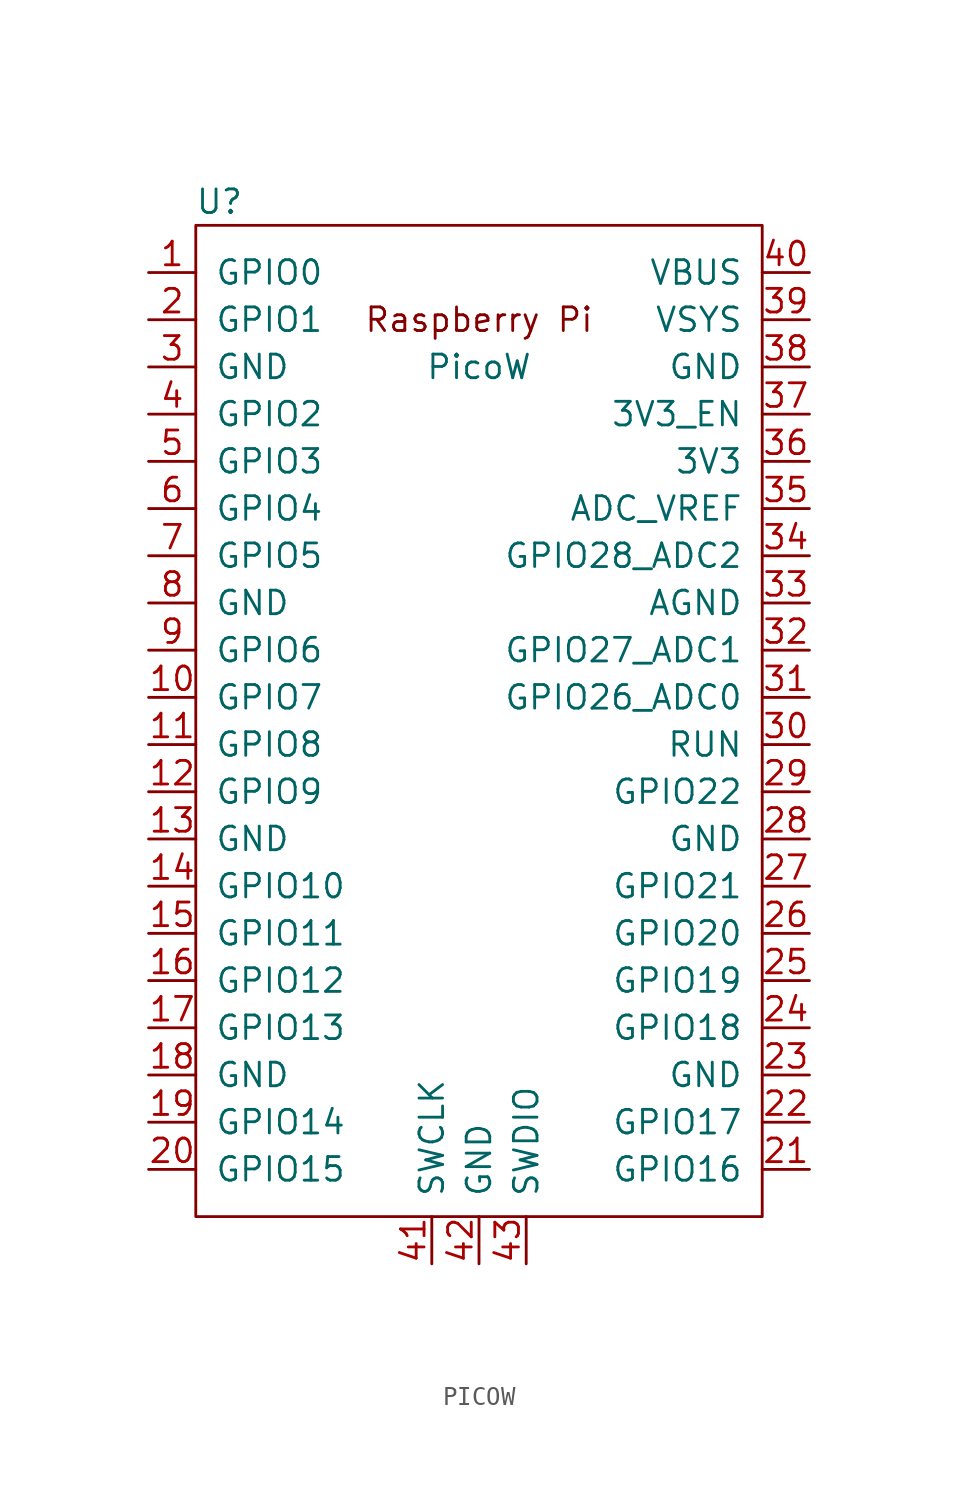
<source format=kicad_sym>
(kicad_symbol_lib
  (version 20241209)
  (generator "kicad_symbol_editor")
  (generator_version "9.0")
  (symbol "PICOW"
    (pin_names
      (offset 1.016))
    (property "Reference" "U"
      (at -13.97 27.94 0)
      (effects (font (size 1.27 1.27))))
    (property "Value" "PicoW"
      (at 0 19.05 0)
      (effects (font (size 1.27 1.27))))
    (symbol "PICOW_0_0"
      (text "Raspberry Pi" (at 0 21.59 0) (effects (font (size 1.27 1.27)))))
    (symbol "PICOW_1_1"
      (rectangle (start -15.24 26.67) (end 15.24 -26.67) (stroke (width 0) (type default)) (fill (type none)))
      (pin bidirectional line (at -17.78 24.13 0) (length 2.54) (name "GPIO0" (effects (font (size 1.27 1.27)))) (number "1" (effects (font (size 1.27 1.27)))))
      (pin bidirectional line (at -17.78 21.59 0) (length 2.54) (name "GPIO1" (effects (font (size 1.27 1.27)))) (number "2" (effects (font (size 1.27 1.27)))))
      (pin power_in line (at -17.78 19.05 0) (length 2.54) (name "GND" (effects (font (size 1.27 1.27)))) (number "3" (effects (font (size 1.27 1.27)))))
      (pin bidirectional line (at -17.78 16.51 0) (length 2.54) (name "GPIO2" (effects (font (size 1.27 1.27)))) (number "4" (effects (font (size 1.27 1.27)))))
      (pin bidirectional line (at -17.78 13.97 0) (length 2.54) (name "GPIO3" (effects (font (size 1.27 1.27)))) (number "5" (effects (font (size 1.27 1.27)))))
      (pin bidirectional line (at -17.78 11.43 0) (length 2.54) (name "GPIO4" (effects (font (size 1.27 1.27)))) (number "6" (effects (font (size 1.27 1.27)))))
      (pin bidirectional line (at -17.78 8.89 0) (length 2.54) (name "GPIO5" (effects (font (size 1.27 1.27)))) (number "7" (effects (font (size 1.27 1.27)))))
      (pin power_in line (at -17.78 6.35 0) (length 2.54) (name "GND" (effects (font (size 1.27 1.27)))) (number "8" (effects (font (size 1.27 1.27)))))
      (pin bidirectional line (at -17.78 3.81 0) (length 2.54) (name "GPIO6" (effects (font (size 1.27 1.27)))) (number "9" (effects (font (size 1.27 1.27)))))
      (pin bidirectional line (at -17.78 1.27 0) (length 2.54) (name "GPIO7" (effects (font (size 1.27 1.27)))) (number "10" (effects (font (size 1.27 1.27)))))
      (pin bidirectional line (at -17.78 -1.27 0) (length 2.54) (name "GPIO8" (effects (font (size 1.27 1.27)))) (number "11" (effects (font (size 1.27 1.27)))))
      (pin bidirectional line (at -17.78 -3.81 0) (length 2.54) (name "GPIO9" (effects (font (size 1.27 1.27)))) (number "12" (effects (font (size 1.27 1.27)))))
      (pin power_in line (at -17.78 -6.35 0) (length 2.54) (name "GND" (effects (font (size 1.27 1.27)))) (number "13" (effects (font (size 1.27 1.27)))))
      (pin bidirectional line (at -17.78 -8.89 0) (length 2.54) (name "GPIO10" (effects (font (size 1.27 1.27)))) (number "14" (effects (font (size 1.27 1.27)))))
      (pin bidirectional line (at -17.78 -11.43 0) (length 2.54) (name "GPIO11" (effects (font (size 1.27 1.27)))) (number "15" (effects (font (size 1.27 1.27)))))
      (pin bidirectional line (at -17.78 -13.97 0) (length 2.54) (name "GPIO12" (effects (font (size 1.27 1.27)))) (number "16" (effects (font (size 1.27 1.27)))))
      (pin bidirectional line (at -17.78 -16.51 0) (length 2.54) (name "GPIO13" (effects (font (size 1.27 1.27)))) (number "17" (effects (font (size 1.27 1.27)))))
      (pin power_in line (at -17.78 -19.05 0) (length 2.54) (name "GND" (effects (font (size 1.27 1.27)))) (number "18" (effects (font (size 1.27 1.27)))))
      (pin bidirectional line (at -17.78 -21.59 0) (length 2.54) (name "GPIO14" (effects (font (size 1.27 1.27)))) (number "19" (effects (font (size 1.27 1.27)))))
      (pin bidirectional line (at -17.78 -24.13 0) (length 2.54) (name "GPIO15" (effects (font (size 1.27 1.27)))) (number "20" (effects (font (size 1.27 1.27)))))
      (pin input line (at -2.54 -29.21 90) (length 2.54) (name "SWCLK" (effects (font (size 1.27 1.27)))) (number "41" (effects (font (size 1.27 1.27)))))
      (pin power_in line (at 0 -29.21 90) (length 2.54) (name "GND" (effects (font (size 1.27 1.27)))) (number "42" (effects (font (size 1.27 1.27)))))
      (pin bidirectional line (at 2.54 -29.21 90) (length 2.54) (name "SWDIO" (effects (font (size 1.27 1.27)))) (number "43" (effects (font (size 1.27 1.27)))))
      (pin unspecified line (at 17.78 24.13 180) (length 2.54) (name "VBUS" (effects (font (size 1.27 1.27)))) (number "40" (effects (font (size 1.27 1.27)))))
      (pin unspecified line (at 17.78 21.59 180) (length 2.54) (name "VSYS" (effects (font (size 1.27 1.27)))) (number "39" (effects (font (size 1.27 1.27)))))
      (pin bidirectional line (at 17.78 19.05 180) (length 2.54) (name "GND" (effects (font (size 1.27 1.27)))) (number "38" (effects (font (size 1.27 1.27)))))
      (pin input line (at 17.78 16.51 180) (length 2.54) (name "3V3_EN" (effects (font (size 1.27 1.27)))) (number "37" (effects (font (size 1.27 1.27)))))
      (pin unspecified line (at 17.78 13.97 180) (length 2.54) (name "3V3" (effects (font (size 1.27 1.27)))) (number "36" (effects (font (size 1.27 1.27)))))
      (pin unspecified line (at 17.78 11.43 180) (length 2.54) (name "ADC_VREF" (effects (font (size 1.27 1.27)))) (number "35" (effects (font (size 1.27 1.27)))))
      (pin bidirectional line (at 17.78 8.89 180) (length 2.54) (name "GPIO28_ADC2" (effects (font (size 1.27 1.27)))) (number "34" (effects (font (size 1.27 1.27)))))
      (pin power_in line (at 17.78 6.35 180) (length 2.54) (name "AGND" (effects (font (size 1.27 1.27)))) (number "33" (effects (font (size 1.27 1.27)))))
      (pin bidirectional line (at 17.78 3.81 180) (length 2.54) (name "GPIO27_ADC1" (effects (font (size 1.27 1.27)))) (number "32" (effects (font (size 1.27 1.27)))))
      (pin bidirectional line (at 17.78 1.27 180) (length 2.54) (name "GPIO26_ADC0" (effects (font (size 1.27 1.27)))) (number "31" (effects (font (size 1.27 1.27)))))
      (pin input line (at 17.78 -1.27 180) (length 2.54) (name "RUN" (effects (font (size 1.27 1.27)))) (number "30" (effects (font (size 1.27 1.27)))))
      (pin bidirectional line (at 17.78 -3.81 180) (length 2.54) (name "GPIO22" (effects (font (size 1.27 1.27)))) (number "29" (effects (font (size 1.27 1.27)))))
      (pin power_in line (at 17.78 -6.35 180) (length 2.54) (name "GND" (effects (font (size 1.27 1.27)))) (number "28" (effects (font (size 1.27 1.27)))))
      (pin bidirectional line (at 17.78 -8.89 180) (length 2.54) (name "GPIO21" (effects (font (size 1.27 1.27)))) (number "27" (effects (font (size 1.27 1.27)))))
      (pin bidirectional line (at 17.78 -11.43 180) (length 2.54) (name "GPIO20" (effects (font (size 1.27 1.27)))) (number "26" (effects (font (size 1.27 1.27)))))
      (pin bidirectional line (at 17.78 -13.97 180) (length 2.54) (name "GPIO19" (effects (font (size 1.27 1.27)))) (number "25" (effects (font (size 1.27 1.27)))))
      (pin bidirectional line (at 17.78 -16.51 180) (length 2.54) (name "GPIO18" (effects (font (size 1.27 1.27)))) (number "24" (effects (font (size 1.27 1.27)))))
      (pin power_in line (at 17.78 -19.05 180) (length 2.54) (name "GND" (effects (font (size 1.27 1.27)))) (number "23" (effects (font (size 1.27 1.27)))))
      (pin bidirectional line (at 17.78 -21.59 180) (length 2.54) (name "GPIO17" (effects (font (size 1.27 1.27)))) (number "22" (effects (font (size 1.27 1.27)))))
      (pin bidirectional line (at 17.78 -24.13 180) (length 2.54) (name "GPIO16" (effects (font (size 1.27 1.27)))) (number "21" (effects (font (size 1.27 1.27))))))))
</source>
